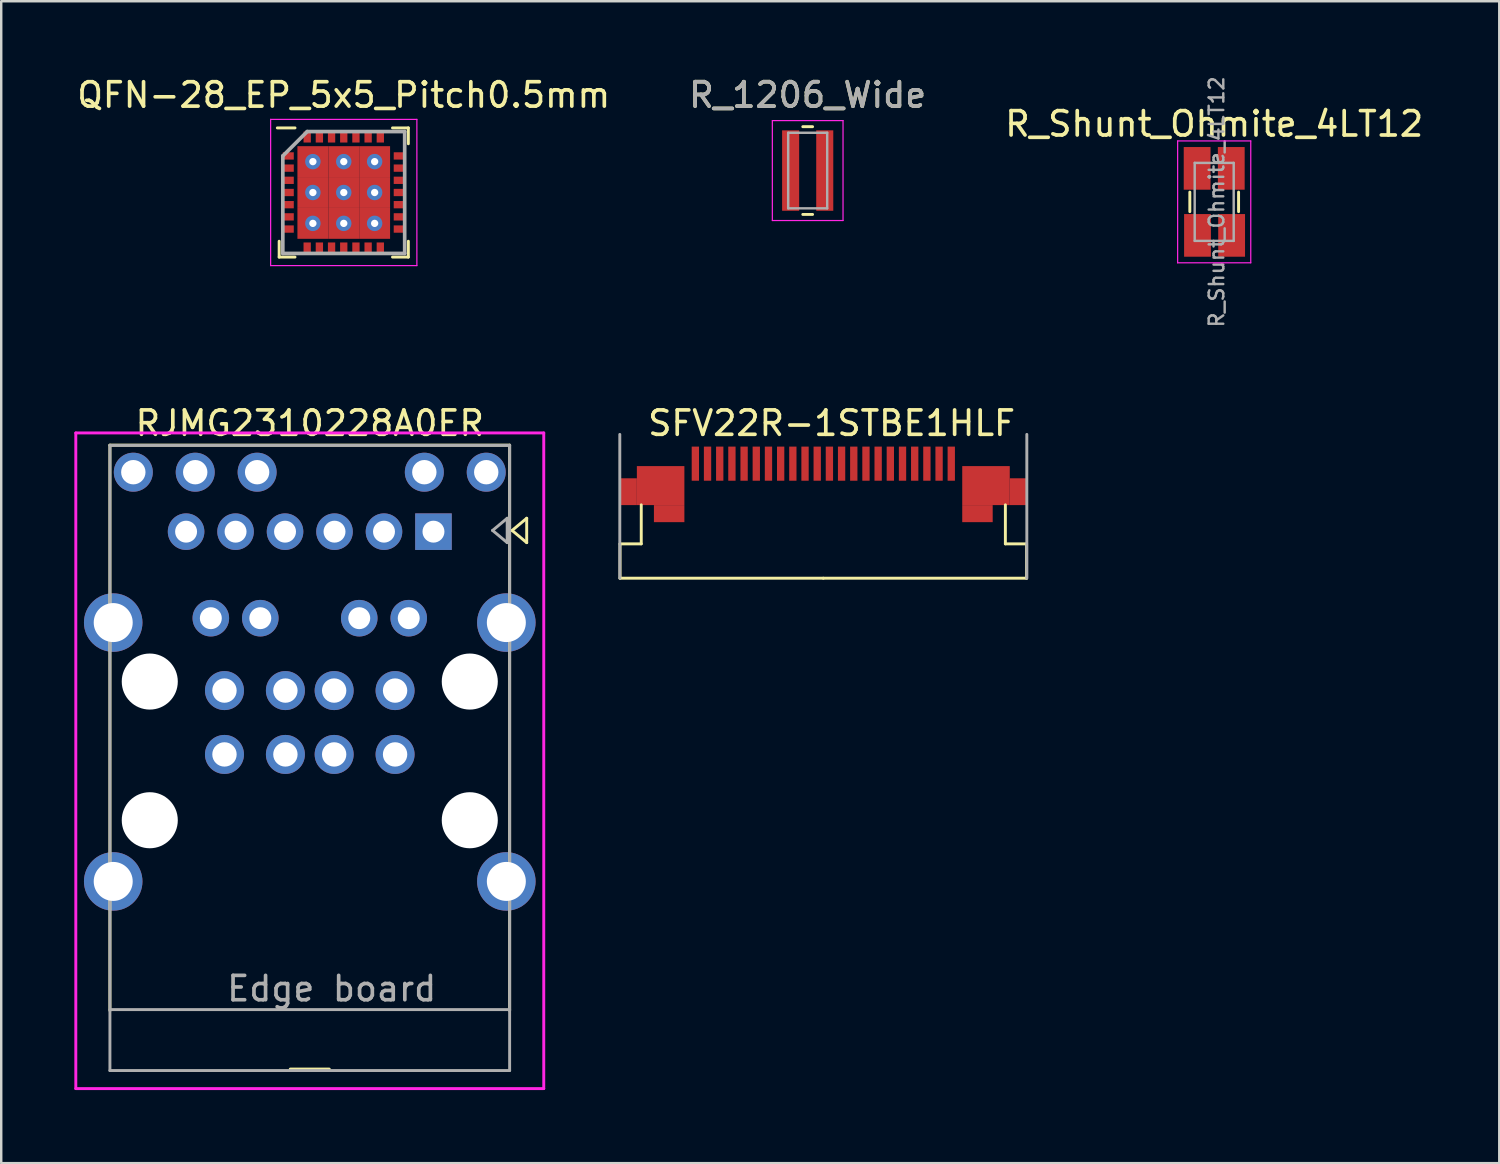
<source format=kicad_pcb>
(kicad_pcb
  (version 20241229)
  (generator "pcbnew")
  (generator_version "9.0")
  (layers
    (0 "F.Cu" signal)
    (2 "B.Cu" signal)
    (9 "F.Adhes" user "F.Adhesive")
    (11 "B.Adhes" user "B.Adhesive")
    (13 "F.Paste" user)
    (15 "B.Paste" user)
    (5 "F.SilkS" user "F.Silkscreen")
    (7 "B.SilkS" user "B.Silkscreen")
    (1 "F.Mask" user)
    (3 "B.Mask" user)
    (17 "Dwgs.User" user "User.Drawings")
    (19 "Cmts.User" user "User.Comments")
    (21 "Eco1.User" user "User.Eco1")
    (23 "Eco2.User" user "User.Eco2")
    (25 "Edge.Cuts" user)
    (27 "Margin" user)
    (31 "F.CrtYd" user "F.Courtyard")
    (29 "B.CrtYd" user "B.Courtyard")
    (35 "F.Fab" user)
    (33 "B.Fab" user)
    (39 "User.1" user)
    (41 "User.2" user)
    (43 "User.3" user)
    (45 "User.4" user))
  (footprint "QFN-28_EP_5x5_Pitch0.5mm"
    (layer "F.Cu")
    (at 11.054 4.848)
    (property "Reference" "QFN-28_EP_5x5_Pitch0.5mm" (at 0 -4 0) (layer "F.SilkS") (effects (font (size 1 1) (thickness 0.15))))
    (attr smd)
    (fp_line (start -2.65 2.65) (end -2.65 2) (stroke (width 0.12) (type solid)) (layer "F.SilkS"))
    (fp_line (start -2 -2.65) (end -2.725 -2.65) (stroke (width 0.12) (type solid)) (layer "F.SilkS"))
    (fp_line (start -2 2.65) (end -2.65 2.65) (stroke (width 0.12) (type solid)) (layer "F.SilkS"))
    (fp_line (start 2 -2.65) (end 2.65 -2.65) (stroke (width 0.12) (type solid)) (layer "F.SilkS"))
    (fp_line (start 2 2.65) (end 2.65 2.65) (stroke (width 0.12) (type solid)) (layer "F.SilkS"))
    (fp_line (start 2.65 -2.65) (end 2.65 -2) (stroke (width 0.12) (type solid)) (layer "F.SilkS"))
    (fp_line (start 2.65 2.65) (end 2.65 2) (stroke (width 0.12) (type solid)) (layer "F.SilkS"))
    (fp_line (start -3 -3) (end 3 -3) (stroke (width 0.05) (type solid)) (layer "F.CrtYd"))
    (fp_line (start -3 3) (end -3 -3) (stroke (width 0.05) (type solid)) (layer "F.CrtYd"))
    (fp_line (start 3 -3) (end 3 3) (stroke (width 0.05) (type solid)) (layer "F.CrtYd"))
    (fp_line (start 3 3) (end -3 3) (stroke (width 0.05) (type solid)) (layer "F.CrtYd"))
    (fp_line (start -2.5 -1.5) (end -2.5 2.5) (stroke (width 0.15) (type solid)) (layer "F.Fab"))
    (fp_line (start -2.5 2.5) (end 2.5 2.5) (stroke (width 0.15) (type solid)) (layer "F.Fab"))
    (fp_line (start -1.5 -2.5) (end -2.5 -1.5) (stroke (width 0.15) (type solid)) (layer "F.Fab"))
    (fp_line (start 2.5 -2.5) (end -1.5 -2.5) (stroke (width 0.15) (type solid)) (layer "F.Fab"))
    (fp_line (start 2.5 2.5) (end 2.5 -2.5) (stroke (width 0.15) (type solid)) (layer "F.Fab"))
    (pad "1" smd rect (at -2.275 -1.5 90) (size 0.3 0.45) (layers "F.Cu" "F.Mask" "F.Paste"))
    (pad "2" smd rect (at -2.275 -1 90) (size 0.3 0.45) (layers "F.Cu" "F.Mask" "F.Paste"))
    (pad "3" smd rect (at -2.275 -0.5 90) (size 0.3 0.45) (layers "F.Cu" "F.Mask" "F.Paste"))
    (pad "4" smd rect (at -2.275 0 90) (size 0.3 0.45) (layers "F.Cu" "F.Mask" "F.Paste"))
    (pad "5" smd rect (at -2.275 0.5 90) (size 0.3 0.45) (layers "F.Cu" "F.Mask" "F.Paste"))
    (pad "6" smd rect (at -2.275 1 90) (size 0.3 0.45) (layers "F.Cu" "F.Mask" "F.Paste"))
    (pad "7" smd rect (at -2.275 1.5 90) (size 0.3 0.45) (layers "F.Cu" "F.Mask" "F.Paste"))
    (pad "8" smd rect (at -1.5 2.275) (size 0.3 0.45) (layers "F.Cu" "F.Mask" "F.Paste"))
    (pad "9" smd rect (at -1 2.275) (size 0.3 0.45) (layers "F.Cu" "F.Mask" "F.Paste"))
    (pad "10" smd rect (at -0.5 2.275) (size 0.3 0.45) (layers "F.Cu" "F.Mask" "F.Paste"))
    (pad "11" smd rect (at 0 2.275) (size 0.3 0.45) (layers "F.Cu" "F.Mask" "F.Paste"))
    (pad "12" smd rect (at 0.5 2.275) (size 0.3 0.45) (layers "F.Cu" "F.Mask" "F.Paste"))
    (pad "13" smd rect (at 1 2.275) (size 0.3 0.45) (layers "F.Cu" "F.Mask" "F.Paste"))
    (pad "14" smd rect (at 1.5 2.275) (size 0.3 0.45) (layers "F.Cu" "F.Mask" "F.Paste"))
    (pad "15" smd rect (at 2.275 1.5 90) (size 0.3 0.45) (layers "F.Cu" "F.Mask" "F.Paste"))
    (pad "16" smd rect (at 2.275 1 90) (size 0.3 0.45) (layers "F.Cu" "F.Mask" "F.Paste"))
    (pad "17" smd rect (at 2.275 0.5 90) (size 0.3 0.45) (layers "F.Cu" "F.Mask" "F.Paste"))
    (pad "18" smd rect (at 2.275 0 90) (size 0.3 0.45) (layers "F.Cu" "F.Mask" "F.Paste"))
    (pad "19" smd rect (at 2.275 -0.5 90) (size 0.3 0.45) (layers "F.Cu" "F.Mask" "F.Paste"))
    (pad "20" smd rect (at 2.275 -1 90) (size 0.3 0.45) (layers "F.Cu" "F.Mask" "F.Paste"))
    (pad "21" smd rect (at 2.275 -1.5 90) (size 0.3 0.45) (layers "F.Cu" "F.Mask" "F.Paste"))
    (pad "22" smd rect (at 1.5 -2.275) (size 0.3 0.45) (layers "F.Cu" "F.Mask" "F.Paste"))
    (pad "23" smd rect (at 1 -2.275) (size 0.3 0.45) (layers "F.Cu" "F.Mask" "F.Paste"))
    (pad "24" smd rect (at 0.5 -2.275) (size 0.3 0.45) (layers "F.Cu" "F.Mask" "F.Paste"))
    (pad "25" smd rect (at 0 -2.275) (size 0.3 0.45) (layers "F.Cu" "F.Mask" "F.Paste"))
    (pad "26" smd rect (at -0.5 -2.275) (size 0.3 0.45) (layers "F.Cu" "F.Mask" "F.Paste"))
    (pad "27" smd rect (at -1 -2.275) (size 0.3 0.45) (layers "F.Cu" "F.Mask" "F.Paste"))
    (pad "28" smd rect (at -1.5 -2.275) (size 0.3 0.45) (layers "F.Cu" "F.Mask" "F.Paste"))
    (pad "29" thru_hole circle (at -1.267 -1.267) (size 0.633 0.633) (drill 0.3) (layers "*.Cu" "*.Mask"))
    (pad "29" smd rect (at -1.267 -1.267) (size 1.267 1.267) (layers "F.Cu" "F.Mask" "F.Paste"))
    (pad "29" thru_hole circle (at -1.267 0) (size 0.633 0.633) (drill 0.3) (layers "*.Cu" "*.Mask"))
    (pad "29" smd rect (at -1.267 0) (size 1.267 1.267) (layers "F.Cu" "F.Mask" "F.Paste"))
    (pad "29" thru_hole circle (at -1.267 1.267) (size 0.633 0.633) (drill 0.3) (layers "*.Cu" "*.Mask"))
    (pad "29" smd rect (at -1.267 1.267) (size 1.267 1.267) (layers "F.Cu" "F.Mask" "F.Paste"))
    (pad "29" thru_hole circle (at 0 -1.267) (size 0.633 0.633) (drill 0.3) (layers "*.Cu" "*.Mask"))
    (pad "29" smd rect (at 0 -1.267) (size 1.267 1.267) (layers "F.Cu" "F.Mask" "F.Paste"))
    (pad "29" thru_hole circle (at 0 0) (size 0.633 0.633) (drill 0.3) (layers "*.Cu" "*.Mask"))
    (pad "29" smd rect (at 0 0) (size 1.267 1.267) (layers "F.Cu" "F.Mask" "F.Paste"))
    (pad "29" thru_hole circle (at 0 1.267) (size 0.633 0.633) (drill 0.3) (layers "*.Cu" "*.Mask"))
    (pad "29" smd rect (at 0 1.267) (size 1.267 1.267) (layers "F.Cu" "F.Mask" "F.Paste"))
    (pad "29" thru_hole circle (at 1.267 -1.267) (size 0.633 0.633) (drill 0.3) (layers "*.Cu" "*.Mask"))
    (pad "29" smd rect (at 1.267 -1.267) (size 1.267 1.267) (layers "F.Cu" "F.Mask" "F.Paste"))
    (pad "29" thru_hole circle (at 1.267 0) (size 0.633 0.633) (drill 0.3) (layers "*.Cu" "*.Mask"))
    (pad "29" smd rect (at 1.267 0) (size 1.267 1.267) (layers "F.Cu" "F.Mask" "F.Paste"))
    (pad "29" thru_hole circle (at 1.267 1.267) (size 0.633 0.633) (drill 0.3) (layers "*.Cu" "*.Mask"))
    (pad "29" smd rect (at 1.267 1.267) (size 1.267 1.267) (layers "F.Cu" "F.Mask" "F.Paste")))
  (footprint "R_1206_Wide"
    (layer "F.Cu")
    (at 30.089 3.948)
    (property "Reference" "R_1206_Wide" (at 0 -3.1 0) (layer "F.SilkS") (effects (font (size 1 1) (thickness 0.15))))
    (attr smd)
    (fp_line (start -0.2 -1.8) (end 0.2 -1.8) (stroke (width 0.12) (type solid)) (layer "F.SilkS"))
    (fp_line (start 0.2 1.8) (end -0.2 1.8) (stroke (width 0.12) (type solid)) (layer "F.SilkS"))
    (fp_line (start -1.45 -2.05) (end -1.45 2.05) (stroke (width 0.05) (type solid)) (layer "F.CrtYd"))
    (fp_line (start -1.45 -2.05) (end 1.45 -2.05) (stroke (width 0.05) (type solid)) (layer "F.CrtYd"))
    (fp_line (start 1.45 2.05) (end -1.45 2.05) (stroke (width 0.05) (type solid)) (layer "F.CrtYd"))
    (fp_line (start 1.45 2.05) (end 1.45 -2.05) (stroke (width 0.05) (type solid)) (layer "F.CrtYd"))
    (fp_line (start -0.8 -1.55) (end 0.8 -1.55) (stroke (width 0.1) (type solid)) (layer "F.Fab"))
    (fp_line (start -0.8 1.55) (end -0.8 -1.55) (stroke (width 0.1) (type solid)) (layer "F.Fab"))
    (fp_line (start 0.8 -1.55) (end 0.8 1.55) (stroke (width 0.1) (type solid)) (layer "F.Fab"))
    (fp_line (start 0.8 1.55) (end -0.8 1.55) (stroke (width 0.1) (type solid)) (layer "F.Fab"))
    (fp_text user "${REFERENCE}" (at 0 -3.1 0) (layer "F.Fab") (effects (font (size 1 1) (thickness 0.15))))
    (pad "1" smd rect (at -0.7 0) (size 0.7 3.3) (layers "F.Cu" "F.Mask" "F.Paste"))
    (pad "2" smd rect (at 0.7 0) (size 0.7 3.3) (layers "F.Cu" "F.Mask" "F.Paste")))
  (footprint "SFV22R-1STBE1HLF"
    (layer "F.Cu")
    (at 30.73 16.074)
    (property "Reference" "SFV22R-1STBE1HLF" (at 0.34 -1.76 0) (layer "F.SilkS") (effects (font (size 1 1) (thickness 0.15))))
    (attr through_hole)
    (fp_line (start -8.34 3.19) (end -8.34 4.6) (stroke (width 0.12) (type solid)) (layer "F.SilkS"))
    (fp_line (start -8.34 4.6) (end 0 4.6) (stroke (width 0.12) (type solid)) (layer "F.SilkS"))
    (fp_line (start -7.47 1.59) (end -7.47 3.19) (stroke (width 0.12) (type solid)) (layer "F.SilkS"))
    (fp_line (start -7.47 3.19) (end -8.34 3.19) (stroke (width 0.12) (type solid)) (layer "F.SilkS"))
    (fp_line (start 7.47 1.59) (end 7.47 3.19) (stroke (width 0.12) (type solid)) (layer "F.SilkS"))
    (fp_line (start 7.47 3.19) (end 8.34 3.19) (stroke (width 0.12) (type solid)) (layer "F.SilkS"))
    (fp_line (start 8.34 3.19) (end 8.34 4.6) (stroke (width 0.12) (type solid)) (layer "F.SilkS"))
    (fp_line (start 8.34 4.6) (end 0 4.6) (stroke (width 0.12) (type solid)) (layer "F.SilkS"))
    (fp_line (start -8.35 -1.3) (end -8.35 4.6) (stroke (width 0.12) (type solid)) (layer "F.Fab"))
    (fp_line (start 8.35 -1.3) (end 8.35 4.6) (stroke (width 0.12) (type solid)) (layer "F.Fab"))
    (pad "1" smd rect (at -5.25 -0.1) (size 0.3 1.4) (layers "F.Cu" "F.Mask" "F.Paste"))
    (pad "2" smd rect (at -4.75 -0.1) (size 0.3 1.4) (layers "F.Cu" "F.Mask" "F.Paste"))
    (pad "3" smd rect (at -4.25 -0.1) (size 0.3 1.4) (layers "F.Cu" "F.Mask" "F.Paste"))
    (pad "4" smd rect (at -3.75 -0.1) (size 0.3 1.4) (layers "F.Cu" "F.Mask" "F.Paste"))
    (pad "5" smd rect (at -3.25 -0.1) (size 0.3 1.4) (layers "F.Cu" "F.Mask" "F.Paste"))
    (pad "6" smd rect (at -2.75 -0.1) (size 0.3 1.4) (layers "F.Cu" "F.Mask" "F.Paste"))
    (pad "7" smd rect (at -2.25 -0.1) (size 0.3 1.4) (layers "F.Cu" "F.Mask" "F.Paste"))
    (pad "8" smd rect (at -1.75 -0.1) (size 0.3 1.4) (layers "F.Cu" "F.Mask" "F.Paste"))
    (pad "9" smd rect (at -1.25 -0.1) (size 0.3 1.4) (layers "F.Cu" "F.Mask" "F.Paste"))
    (pad "10" smd rect (at -0.75 -0.1) (size 0.3 1.4) (layers "F.Cu" "F.Mask" "F.Paste"))
    (pad "11" smd rect (at -0.25 -0.1) (size 0.3 1.4) (layers "F.Cu" "F.Mask" "F.Paste"))
    (pad "12" smd rect (at 0.25 -0.1) (size 0.3 1.4) (layers "F.Cu" "F.Mask" "F.Paste"))
    (pad "13" smd rect (at 0.75 -0.1) (size 0.3 1.4) (layers "F.Cu" "F.Mask" "F.Paste"))
    (pad "14" smd rect (at 1.25 -0.1) (size 0.3 1.4) (layers "F.Cu" "F.Mask" "F.Paste"))
    (pad "15" smd rect (at 1.75 -0.1) (size 0.3 1.4) (layers "F.Cu" "F.Mask" "F.Paste"))
    (pad "16" smd rect (at 2.25 -0.1) (size 0.3 1.4) (layers "F.Cu" "F.Mask" "F.Paste"))
    (pad "17" smd rect (at 2.75 -0.1) (size 0.3 1.4) (layers "F.Cu" "F.Mask" "F.Paste"))
    (pad "18" smd rect (at 3.25 -0.1) (size 0.3 1.4) (layers "F.Cu" "F.Mask" "F.Paste"))
    (pad "19" smd rect (at 3.75 -0.1) (size 0.3 1.4) (layers "F.Cu" "F.Mask" "F.Paste"))
    (pad "20" smd rect (at 4.25 -0.1) (size 0.3 1.4) (layers "F.Cu" "F.Mask" "F.Paste"))
    (pad "21" smd rect (at 4.75 -0.1) (size 0.3 1.4) (layers "F.Cu" "F.Mask" "F.Paste"))
    (pad "22" smd rect (at 5.25 -0.1) (size 0.3 1.4) (layers "F.Cu" "F.Mask" "F.Paste"))
    (pad "MP" smd rect (at -8 1.05) (size 0.7 1.1) (layers "F.Cu" "F.Mask" "F.Paste"))
    (pad "MP" smd rect (at -6.675 0.8) (size 1.95 1.6) (layers "F.Cu" "F.Mask" "F.Paste"))
    (pad "MP" smd rect (at -6.325 1.95) (size 1.25 0.7) (layers "F.Cu" "F.Mask" "F.Paste"))
    (pad "MP" smd rect (at 6.325 1.95) (size 1.25 0.7) (layers "F.Cu" "F.Mask" "F.Paste"))
    (pad "MP" smd rect (at 6.675 0.8) (size 1.95 1.6) (layers "F.Cu" "F.Mask" "F.Paste"))
    (pad "MP" smd rect (at 8 1.05) (size 0.7 1.1) (layers "F.Cu" "F.Mask" "F.Paste")))
  (footprint "R_Shunt_Ohmite_4LT12"
    (layer "F.Cu")
    (at 46.768 5.233)
    (property "Reference" "R_Shunt_Ohmite_4LT12" (at 0 -3.2 180) (layer "F.SilkS") (effects (font (size 1 1) (thickness 0.15))))
    (attr smd)
    (fp_line (start -1 0.4) (end -1 -0.4) (stroke (width 0.12) (type solid)) (layer "F.SilkS"))
    (fp_line (start 1 -0.4) (end 1 0.4) (stroke (width 0.12) (type solid)) (layer "F.SilkS"))
    (fp_line (start -1.5 -2.5) (end 1.5 -2.5) (stroke (width 0.05) (type solid)) (layer "F.CrtYd"))
    (fp_line (start -1.5 2.5) (end -1.5 -2.5) (stroke (width 0.05) (type solid)) (layer "F.CrtYd"))
    (fp_line (start 1.5 -2.5) (end 1.5 2.5) (stroke (width 0.05) (type solid)) (layer "F.CrtYd"))
    (fp_line (start 1.5 2.5) (end -1.5 2.5) (stroke (width 0.05) (type solid)) (layer "F.CrtYd"))
    (fp_line (start -0.8 -1.6) (end -0.8 1.6) (stroke (width 0.1) (type solid)) (layer "F.Fab"))
    (fp_line (start -0.8 1.6) (end 0.8 1.6) (stroke (width 0.1) (type solid)) (layer "F.Fab"))
    (fp_line (start 0.8 -1.6) (end -0.8 -1.6) (stroke (width 0.1) (type solid)) (layer "F.Fab"))
    (fp_line (start 0.8 1.6) (end 0.8 -1.6) (stroke (width 0.1) (type solid)) (layer "F.Fab"))
    (fp_text user "${REFERENCE}" (at 0.1 0 90) (layer "F.Fab") (effects (font (size 0.6 0.6) (thickness 0.1))))
    (pad "1" smd rect (at -0.7 -1.375) (size 1.1 1.75) (layers "F.Cu" "F.Mask" "F.Paste"))
    (pad "2" smd rect (at 0.7 -1.375) (size 1.1 1.75) (layers "F.Cu" "F.Mask" "F.Paste"))
    (pad "3" smd rect (at 0.715 1.375) (size 1.1 1.75) (layers "F.Cu" "F.Mask" "F.Paste"))
    (pad "4" smd rect (at -0.685 1.375) (size 1.1 1.75) (layers "F.Cu" "F.Mask" "F.Paste")))
  (footprint "RJMG2310228A0ER"
    (layer "F.Cu")
    (at 9.66 33.114)
    (property "Reference" "RJMG2310228A0ER" (at 0 -18.8 0) (layer "F.SilkS") (effects (font (size 1 1) (thickness 0.15))))
    (attr through_hole)
    (fp_line (start -8.2 -17.9) (end -8.2 5.3) (stroke (width 0.12) (type solid)) (layer "F.SilkS"))
    (fp_line (start -0.8 7.7) (end 0.8 7.7) (stroke (width 0.12) (type solid)) (layer "F.SilkS"))
    (fp_line (start 8.2 -17.9) (end -8.2 -17.9) (stroke (width 0.12) (type solid)) (layer "F.SilkS"))
    (fp_line (start 8.2 -17.9) (end 8.2 5.3) (stroke (width 0.12) (type solid)) (layer "F.SilkS"))
    (fp_line (start 8.9 -14.9) (end 8.3 -14.4) (stroke (width 0.12) (type solid)) (layer "F.SilkS"))
    (fp_line (start 8.9 -14.9) (end 8.9 -13.9) (stroke (width 0.12) (type solid)) (layer "F.SilkS"))
    (fp_line (start 8.9 -13.9) (end 8.3 -14.4) (stroke (width 0.12) (type solid)) (layer "F.SilkS"))
    (fp_line (start -9.6 -18.4) (end 9.6 -18.4) (stroke (width 0.12) (type solid)) (layer "F.CrtYd"))
    (fp_line (start -9.6 8.5) (end -9.6 -18.4) (stroke (width 0.12) (type solid)) (layer "F.CrtYd"))
    (fp_line (start 9.6 -18.4) (end 9.6 8.5) (stroke (width 0.12) (type solid)) (layer "F.CrtYd"))
    (fp_line (start 9.6 8.5) (end -9.6 8.5) (stroke (width 0.12) (type solid)) (layer "F.CrtYd"))
    (fp_line (start -8.2 7.76) (end -8.2 -17.89) (stroke (width 0.12) (type solid)) (layer "F.Fab"))
    (fp_line (start 8.1 -14.9) (end 7.5 -14.4) (stroke (width 0.12) (type solid)) (layer "F.Fab"))
    (fp_line (start 8.1 -14.9) (end 8.1 -13.9) (stroke (width 0.12) (type solid)) (layer "F.Fab"))
    (fp_line (start 8.1 -13.9) (end 7.5 -14.4) (stroke (width 0.12) (type solid)) (layer "F.Fab"))
    (fp_line (start 8.2 -17.89) (end -8.2 -17.89) (stroke (width 0.12) (type solid)) (layer "F.Fab"))
    (fp_line (start 8.2 -17.89) (end 8.2 7.76) (stroke (width 0.12) (type solid)) (layer "F.Fab"))
    (fp_line (start 8.2 5.26) (end -8.2 5.26) (stroke (width 0.12) (type solid)) (layer "F.Fab"))
    (fp_line (start 8.2 7.76) (end -8.2 7.76) (stroke (width 0.12) (type solid)) (layer "F.Fab"))
    (fp_text user "Edge board" (at 0.9 4.4 0) (layer "F.Fab") (effects (font (size 1 1) (thickness 0.15))))
    (pad "" np_thru_hole circle (at -6.565 -8.2) (size 2.3 2.3) (drill 2.3) (layers "*.Cu" "*.Mask"))
    (pad "" np_thru_hole circle (at -6.565 -2.51) (size 2.3 2.3) (drill 2.3) (layers "*.Cu" "*.Mask"))
    (pad "" np_thru_hole circle (at 6.565 -8.2) (size 2.3 2.3) (drill 2.3) (layers "*.Cu" "*.Mask"))
    (pad "" np_thru_hole circle (at 6.565 -2.51) (size 2.3 2.3) (drill 2.3) (layers "*.Cu" "*.Mask"))
    (pad "1" thru_hole rect (at 5.075 -14.35) (size 1.5 1.5) (drill 0.9) (layers "*.Cu" "*.Mask"))
    (pad "2" thru_hole circle (at 3.045 -14.35) (size 1.5 1.5) (drill 0.9) (layers "*.Cu" "*.Mask"))
    (pad "3" thru_hole circle (at 1.015 -14.35) (size 1.5 1.5) (drill 0.9) (layers "*.Cu" "*.Mask"))
    (pad "4" thru_hole circle (at -1.015 -14.35) (size 1.5 1.5) (drill 0.9) (layers "*.Cu" "*.Mask"))
    (pad "5" thru_hole circle (at -3.045 -14.35) (size 1.5 1.5) (drill 0.9) (layers "*.Cu" "*.Mask"))
    (pad "6" thru_hole circle (at -5.075 -14.35) (size 1.5 1.5) (drill 0.9) (layers "*.Cu" "*.Mask"))
    (pad "7" thru_hole circle (at 4.06 -10.8) (size 1.5 1.5) (drill 0.9) (layers "*.Cu" "*.Mask"))
    (pad "8" thru_hole circle (at 2.03 -10.8) (size 1.5 1.5) (drill 0.9) (layers "*.Cu" "*.Mask"))
    (pad "9" thru_hole circle (at -2.03 -10.8) (size 1.5 1.5) (drill 0.9) (layers "*.Cu" "*.Mask"))
    (pad "10" thru_hole circle (at -4.06 -10.8) (size 1.5 1.5) (drill 0.9) (layers "*.Cu" "*.Mask"))
    (pad "11" thru_hole circle (at 7.24 -16.79) (size 1.6 1.6) (drill 1) (layers "*.Cu" "*.Mask"))
    (pad "12" thru_hole circle (at 4.7 -16.79) (size 1.6 1.6) (drill 1) (layers "*.Cu" "*.Mask"))
    (pad "13" thru_hole circle (at -2.16 -16.79) (size 1.6 1.6) (drill 1) (layers "*.Cu" "*.Mask"))
    (pad "14" thru_hole circle (at -4.7 -16.79) (size 1.6 1.6) (drill 1) (layers "*.Cu" "*.Mask"))
    (pad "15" thru_hole circle (at -7.24 -16.79) (size 1.6 1.6) (drill 1) (layers "*.Cu" "*.Mask"))
    (pad "SH" thru_hole circle (at -8.065 -10.62) (size 2.4 2.4) (drill 1.6) (layers "*.Cu" "*.Mask"))
    (pad "SH" thru_hole circle (at -8.065 0) (size 2.4 2.4) (drill 1.6) (layers "*.Cu" "*.Mask"))
    (pad "SH" thru_hole circle (at 8.065 -10.62) (size 2.4 2.4) (drill 1.6) (layers "*.Cu" "*.Mask"))
    (pad "SH" thru_hole circle (at 8.065 0) (size 2.4 2.4) (drill 1.6) (layers "*.Cu" "*.Mask"))
    (pad "U11" thru_hole circle (at 3.5 -5.21) (size 1.6 1.6) (drill 1) (layers "*.Cu" "*.Mask"))
    (pad "U12" thru_hole circle (at 1 -5.21) (size 1.6 1.6) (drill 1) (layers "*.Cu" "*.Mask"))
    (pad "U13" thru_hole circle (at -1 -5.21 180) (size 1.6 1.6) (drill 1) (layers "*.Cu" "*.Mask"))
    (pad "U14" thru_hole circle (at -3.5 -5.21 180) (size 1.6 1.6) (drill 1) (layers "*.Cu" "*.Mask"))
    (pad "U21" thru_hole circle (at 3.5 -7.83) (size 1.6 1.6) (drill 1) (layers "*.Cu" "*.Mask"))
    (pad "U22" thru_hole circle (at 1 -7.83) (size 1.6 1.6) (drill 1) (layers "*.Cu" "*.Mask"))
    (pad "U23" thru_hole circle (at -1 -7.83 180) (size 1.6 1.6) (drill 1) (layers "*.Cu" "*.Mask"))
    (pad "U24" thru_hole circle (at -3.5 -7.83 180) (size 1.6 1.6) (drill 1) (layers "*.Cu" "*.Mask")))
  (gr_rect
    (start -3 -3)
    (end 58.464 44.674)
    (stroke (width 0.1) (type default))
    (fill no)
    (layer "Edge.Cuts")))
</source>
